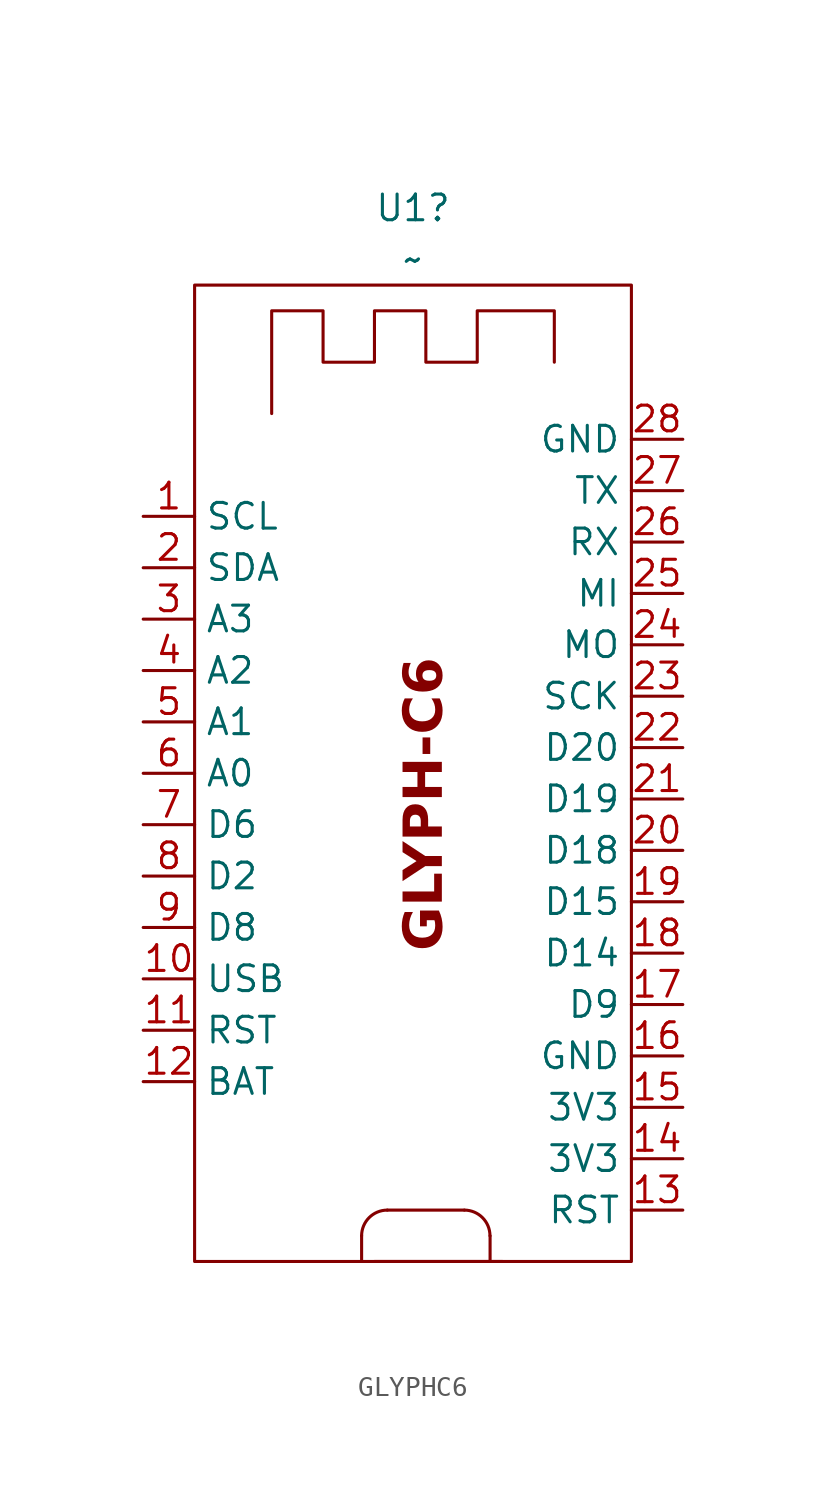
<source format=kicad_sym>
(kicad_symbol_lib
  (version 20241209)
  (generator "kicad_symbol_editor")
  (generator_version "9.0")
  (symbol "GLYPHC6"
    (property "Reference" "U1"
      (at -0.635 29.21 0)
      (effects (font (size 1.27 1.27))))
    (property "Value" "~"
      (at -0.635 26.67 0)
      (effects (font (size 1.27 1.27))))
    (symbol "GLYPHC6_0_1"
      (rectangle (start -11.43 25.4) (end 10.16 -22.86) (stroke (width 0) (type default)) (fill (type none)))
      (polyline (pts (xy -7.62 19.05) (xy -7.62 24.13) (xy -5.08 24.13) (xy -5.08 21.59) (xy -2.54 21.59) (xy -2.54 24.13) (xy 0 24.13) (xy 0 21.59) (xy 2.54 21.59) (xy 2.54 24.13) (xy 6.35 24.13) (xy 6.35 21.59)) (stroke (width 0) (type default)) (fill (type none)))
      (polyline (pts (xy -3.175 -21.59) (xy -3.175 -22.86)) (stroke (width 0) (type default)) (fill (type none)))
      (polyline (pts (xy -2.54 -22.86) (xy 3.81 -22.86)) (stroke (width 0) (type default)) (fill (type none)))
      (arc (start -3.175 -21.59) (mid -2.803 -20.692) (end -1.905 -20.32) (stroke (width 0) (type default)) (fill (type none)))
      (polyline (pts (xy 1.905 -20.32) (xy -1.905 -20.32)) (stroke (width 0) (type default)) (fill (type none)))
      (arc (start 1.9051 -20.3199) (mid 2.8031 -20.6919) (end 3.1751 -21.5899) (stroke (width 0) (type default)) (fill (type none)))
      (polyline (pts (xy 3.175 -21.59) (xy 3.175 -22.86)) (stroke (width 0) (type default)) (fill (type none)))
      (rectangle (start 3.81 -22.86) (end 3.81 -22.86) (stroke (width 0) (type default)) (fill (type none))))
    (symbol "GLYPHC6_1_0"
      (pin power_in line (at -13.97 -8.89 0) (length 2.54) (name "USB" (effects (font (size 1.27 1.27)))) (number "10" (effects (font (size 1.27 1.27)))))
      (pin passive line (at -13.97 -11.43 0) (length 2.54) (name "RST" (effects (font (size 1.27 1.27)))) (number "11" (effects (font (size 1.27 1.27)))))
      (pin power_in line (at -13.97 -13.97 0) (length 2.54) (name "BAT" (effects (font (size 1.27 1.27)))) (number "12" (effects (font (size 1.27 1.27)))))
      (pin power_in line (at 12.7 17.78 180) (length 2.54) (name "GND" (effects (font (size 1.27 1.27)))) (number "28" (effects (font (size 1.27 1.27)))))
      (pin bidirectional line (at 12.7 15.24 180) (length 2.54) (name "TX" (effects (font (size 1.27 1.27)))) (number "27" (effects (font (size 1.27 1.27)))))
      (pin bidirectional line (at 12.7 12.7 180) (length 2.54) (name "RX" (effects (font (size 1.27 1.27)))) (number "26" (effects (font (size 1.27 1.27)))))
      (pin bidirectional line (at 12.7 10.16 180) (length 2.54) (name "MI" (effects (font (size 1.27 1.27)))) (number "25" (effects (font (size 1.27 1.27)))))
      (pin bidirectional line (at 12.7 7.62 180) (length 2.54) (name "MO" (effects (font (size 1.27 1.27)))) (number "24" (effects (font (size 1.27 1.27)))))
      (pin bidirectional line (at 12.7 5.08 180) (length 2.54) (name "SCK" (effects (font (size 1.27 1.27)))) (number "23" (effects (font (size 1.27 1.27)))))
      (pin bidirectional line (at 12.7 2.54 180) (length 2.54) (name "D20" (effects (font (size 1.27 1.27)))) (number "22" (effects (font (size 1.27 1.27)))))
      (pin bidirectional line (at 12.7 0 180) (length 2.54) (name "D19" (effects (font (size 1.27 1.27)))) (number "21" (effects (font (size 1.27 1.27)))))
      (pin bidirectional line (at 12.7 -2.54 180) (length 2.54) (name "D18" (effects (font (size 1.27 1.27)))) (number "20" (effects (font (size 1.27 1.27)))))
      (pin bidirectional line (at 12.7 -5.08 180) (length 2.54) (name "D15" (effects (font (size 1.27 1.27)))) (number "19" (effects (font (size 1.27 1.27)))))
      (pin bidirectional line (at 12.7 -7.62 180) (length 2.54) (name "D14" (effects (font (size 1.27 1.27)))) (number "18" (effects (font (size 1.27 1.27)))))
      (pin bidirectional line (at 12.7 -10.16 180) (length 2.54) (name "D9" (effects (font (size 1.27 1.27)))) (number "17" (effects (font (size 1.27 1.27)))))
      (pin power_in line (at 12.7 -12.7 180) (length 2.54) (name "GND" (effects (font (size 1.27 1.27)))) (number "16" (effects (font (size 1.27 1.27)))))
      (pin power_in line (at 12.7 -15.24 180) (length 2.54) (name "3V3" (effects (font (size 1.27 1.27)))) (number "15" (effects (font (size 1.27 1.27)))))
      (pin power_in line (at 12.7 -17.78 180) (length 2.54) (name "3V3" (effects (font (size 1.27 1.27)))) (number "14" (effects (font (size 1.27 1.27)))))
      (pin passive line (at 12.7 -20.32 180) (length 2.54) (name "RST" (effects (font (size 1.27 1.27)))) (number "13" (effects (font (size 1.27 1.27))))))
    (symbol "GLYPHC6_1_1"
      (text "GLYPH-C6" (at 0 -0.254 900) (effects (font (face "Lexend") (size 1.905 1.905) (bold yes))))
      (pin bidirectional line (at -13.97 13.97 0) (length 2.54) (name "SCL" (effects (font (size 1.27 1.27)))) (number "1" (effects (font (size 1.27 1.27)))))
      (pin bidirectional line (at -13.97 11.43 0) (length 2.54) (name "SDA" (effects (font (size 1.27 1.27)))) (number "2" (effects (font (size 1.27 1.27)))))
      (pin bidirectional line (at -13.97 8.89 0) (length 2.54) (name "A3" (effects (font (size 1.27 1.27)))) (number "3" (effects (font (size 1.27 1.27)))))
      (pin bidirectional line (at -13.97 6.35 0) (length 2.54) (name "A2" (effects (font (size 1.27 1.27)))) (number "4" (effects (font (size 1.27 1.27)))))
      (pin bidirectional line (at -13.97 3.81 0) (length 2.54) (name "A1" (effects (font (size 1.27 1.27)))) (number "5" (effects (font (size 1.27 1.27)))))
      (pin bidirectional line (at -13.97 1.27 0) (length 2.54) (name "A0" (effects (font (size 1.27 1.27)))) (number "6" (effects (font (size 1.27 1.27)))))
      (pin bidirectional line (at -13.97 -1.27 0) (length 2.54) (name "D6" (effects (font (size 1.27 1.27)))) (number "7" (effects (font (size 1.27 1.27)))))
      (pin bidirectional line (at -13.97 -3.81 0) (length 2.54) (name "D2" (effects (font (size 1.27 1.27)))) (number "8" (effects (font (size 1.27 1.27)))))
      (pin bidirectional line (at -13.97 -6.35 0) (length 2.54) (name "D8" (effects (font (size 1.27 1.27)))) (number "9" (effects (font (size 1.27 1.27))))))))
</source>
